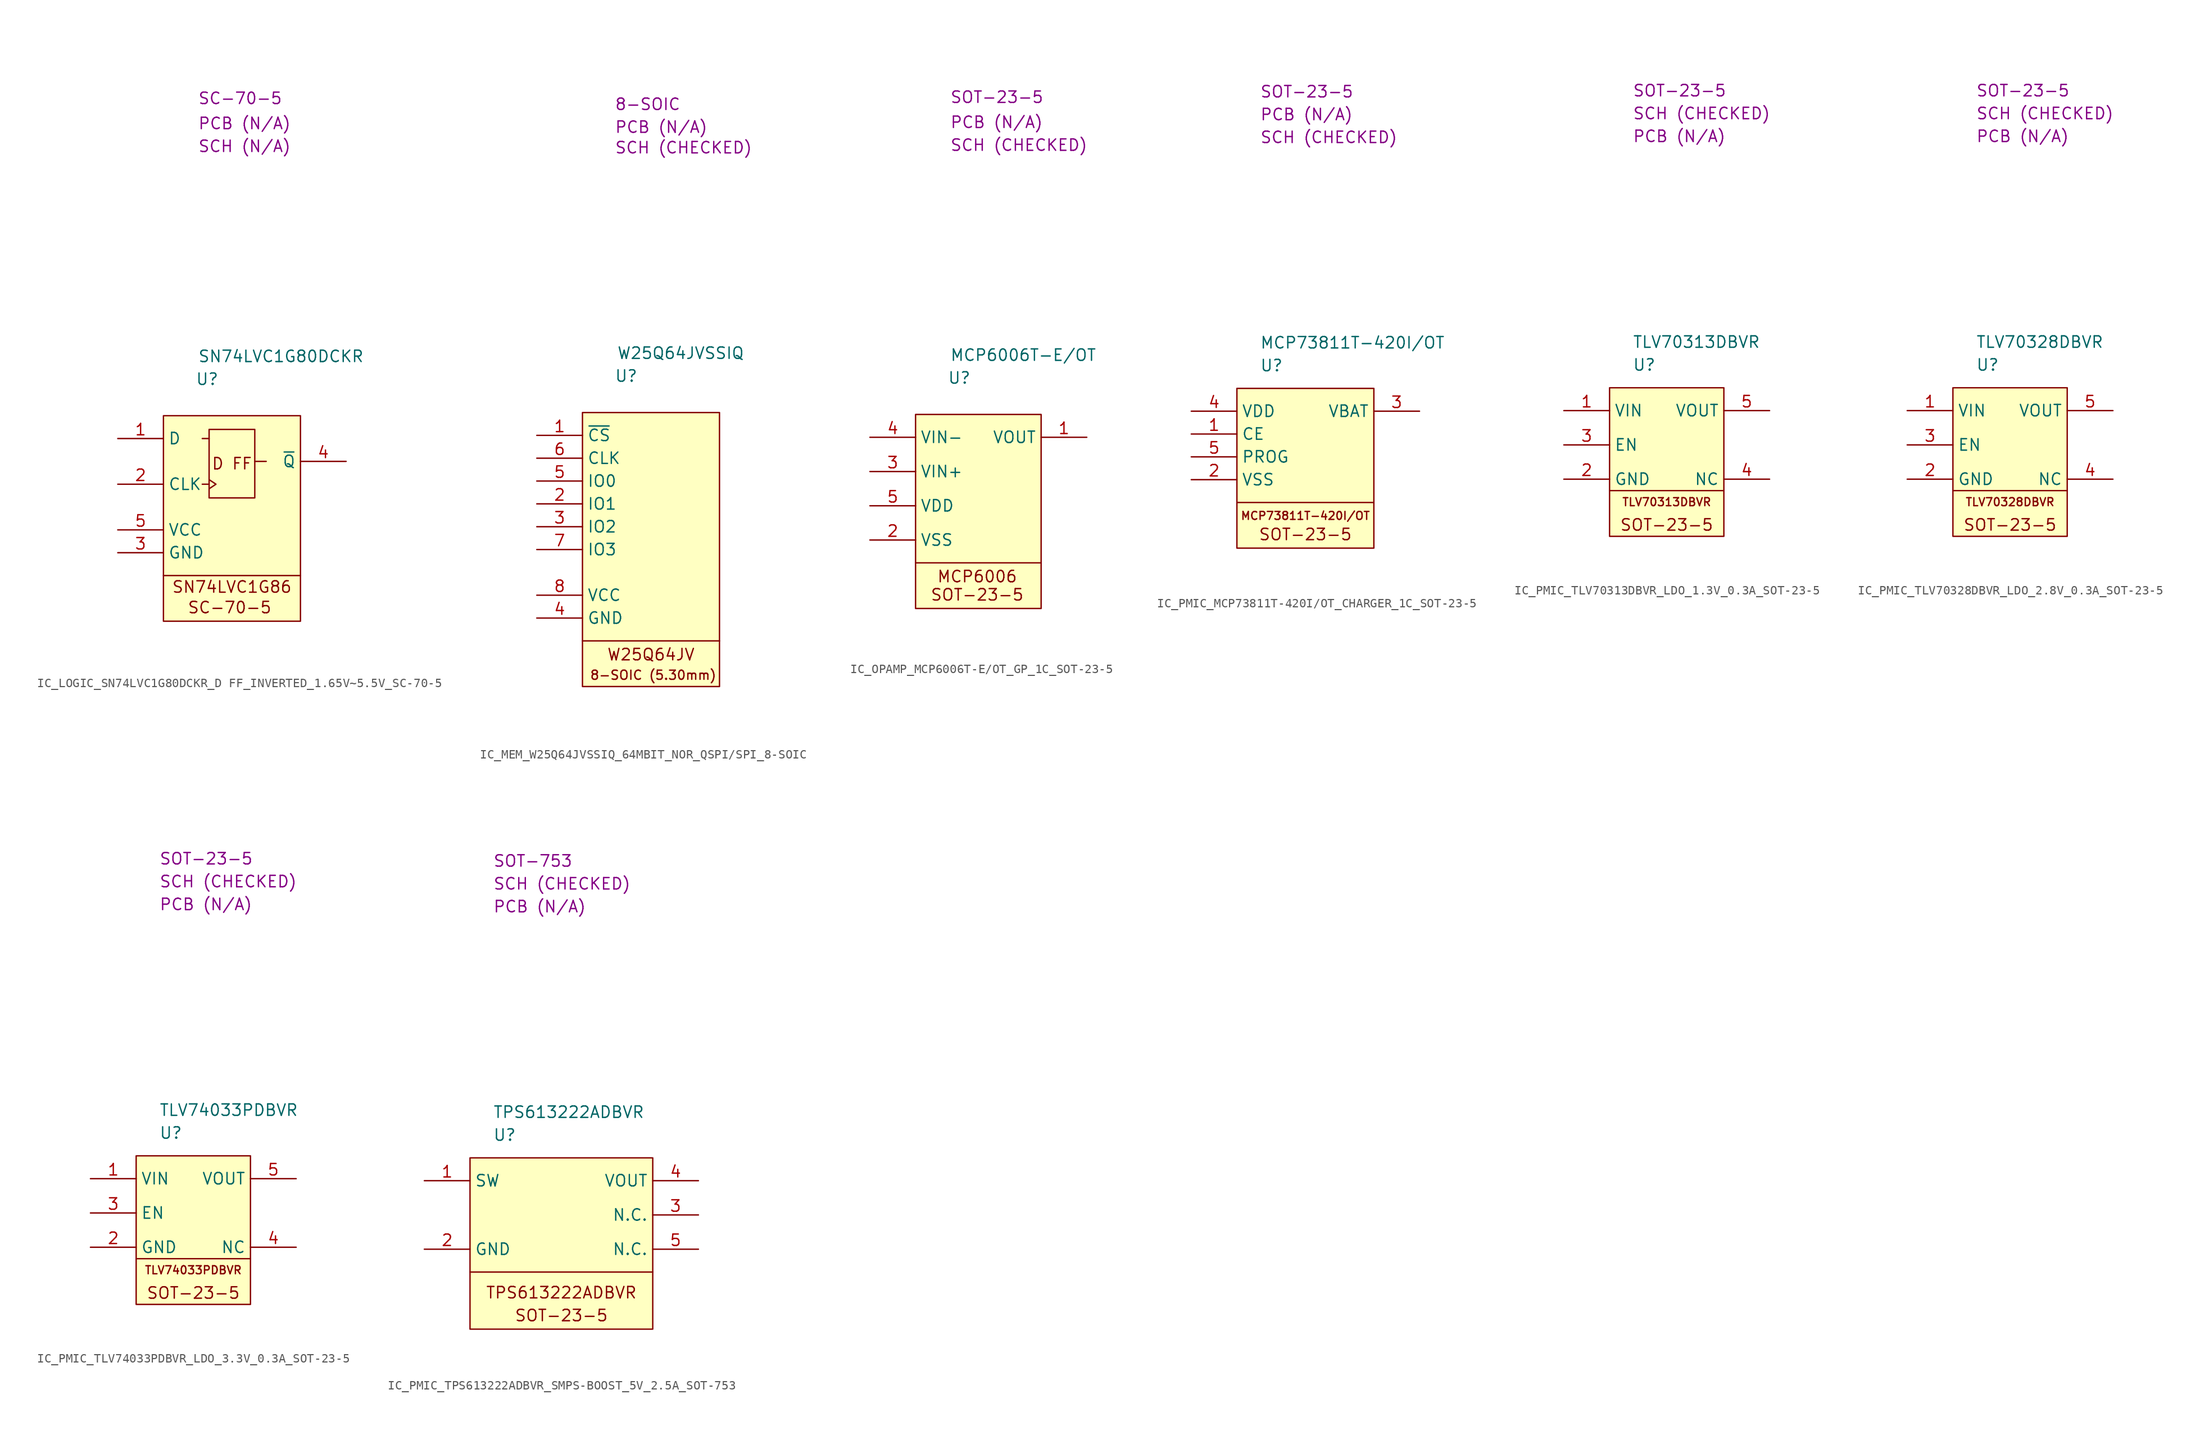
<source format=kicad_sym>
(kicad_symbol_lib
  (version 20231120)
  (generator "kicad_symbol_editor")
  (generator_version "8.0")
  (symbol "IC_LOGIC_SN74LVC1G80DCKR_D FF_INVERTED_1.65V~5.5V_SC-70-5"
    (property "Reference" "U"
      (at 3.556 4.064 0)
      (effects (font (size 1.27 1.27)) (justify left)))
    (property "Value" "SN74LVC1G80DCKR"
      (at 3.81 6.604 0)
      (effects (font (size 1.27 1.27)) (justify left)))
    (property "Package" "SC-70-5"
      (at 3.81 35.306 0)
      (effects (font (size 1.27 1.27)) (justify left)))
    (property "SCH CHECK" "SCH (N/A)"
      (at 3.81 29.972 0)
      (effects (font (size 1.27 1.27)) (justify left)))
    (property "PCB CHECK" "PCB (N/A)"
      (at 3.81 32.512 0)
      (effects (font (size 1.27 1.27)) (justify left)))
    (symbol "IC_LOGIC_SN74LVC1G80DCKR_D FF_INVERTED_1.65V~5.5V_SC-70-5_0_1"
      (polyline (pts (xy 5.08 -7.62) (xy 4.318 -7.62)) (stroke (width 0) (type default)) (fill (type none)))
      (polyline (pts (xy 5.08 -2.54) (xy 4.318 -2.54)) (stroke (width 0) (type default)) (fill (type none)))
      (polyline (pts (xy 10.16 -5.08) (xy 11.43 -5.08)) (stroke (width 0) (type default)) (fill (type none)))
      (rectangle (start 5.08 -1.524) (end 10.16 -9.144) (stroke (width 0) (type default)) (fill (type none))))
    (symbol "IC_LOGIC_SN74LVC1G80DCKR_D FF_INVERTED_1.65V~5.5V_SC-70-5_1_1"
      (polyline (pts (xy 0 -17.78) (xy 15.24 -17.78)) (stroke (width 0) (type default)) (fill (type none)))
      (polyline (pts (xy 5.08 -8.128) (xy 5.842 -7.62) (xy 5.08 -7.112)) (stroke (width 0) (type default)) (fill (type none)))
      (rectangle (start 0 0) (end 15.24 -22.86) (stroke (width 0) (type default)) (fill (type background)))
      (text "D FF" (at 7.62 -5.334 0) (effects (font (size 1.27 1.27))))
      (text "SC-70-5" (at 7.366 -21.336 0) (effects (font (size 1.27 1.27))))
      (text "SN74LVC1G86" (at 7.62 -19.05 0) (effects (font (size 1.27 1.27))))
      (pin passive line (at -5.08 -2.54 0) (length 5.08) (name "D" (effects (font (size 1.27 1.27)))) (number "1" (effects (font (size 1.27 1.27)))))
      (pin passive line (at -5.08 -7.62 0) (length 5.08) (name "CLK" (effects (font (size 1.27 1.27)))) (number "2" (effects (font (size 1.27 1.27)))))
      (pin passive line (at -5.08 -15.24 0) (length 5.08) (name "GND" (effects (font (size 1.27 1.27)))) (number "3" (effects (font (size 1.27 1.27)))))
      (pin passive line (at 20.32 -5.08 180) (length 5.08) (name "~{Q}" (effects (font (size 1.27 1.27)))) (number "4" (effects (font (size 1.27 1.27)))))
      (pin passive line (at -5.08 -12.7 0) (length 5.08) (name "VCC" (effects (font (size 1.27 1.27)))) (number "5" (effects (font (size 1.27 1.27)))))))
  (symbol "IC_MEM_W25Q64JVSSIQ_64MBIT_NOR_QSPI/SPI_8-SOIC"
    (property "Reference" "U"
      (at 3.556 4.064 0)
      (effects (font (size 1.27 1.27)) (justify left)))
    (property "Value" "W25Q64JVSSIQ"
      (at 3.81 6.604 0)
      (effects (font (size 1.27 1.27)) (justify left)))
    (property "Package" "8-SOIC"
      (at 3.556 34.29 0)
      (effects (font (size 1.27 1.27)) (justify left)))
    (property "SCH CHECK" "SCH (CHECKED)"
      (at 3.556 29.464 0)
      (effects (font (size 1.27 1.27)) (justify left)))
    (property "PCB CHECK" "PCB (N/A)"
      (at 3.556 31.75 0)
      (effects (font (size 1.27 1.27)) (justify left)))
    (symbol "IC_MEM_W25Q64JVSSIQ_64MBIT_NOR_QSPI/SPI_8-SOIC_1_1"
      (polyline (pts (xy 0 -25.4) (xy 15.24 -25.4)) (stroke (width 0) (type default)) (fill (type none)))
      (rectangle (start 0 0) (end 15.24 -30.48) (stroke (width 0) (type default)) (fill (type background)))
      (text "8-SOIC (5.30mm)" (at 7.874 -29.21 0) (effects (font (size 1.016 1.016))))
      (text "W25Q64JV" (at 7.62 -26.924 0) (effects (font (size 1.27 1.27))))
      (pin passive line (at -5.08 -2.54 0) (length 5.08) (name "~{CS}" (effects (font (size 1.27 1.27)))) (number "1" (effects (font (size 1.27 1.27)))))
      (pin passive line (at -5.08 -10.16 0) (length 5.08) (name "IO1" (effects (font (size 1.27 1.27)))) (number "2" (effects (font (size 1.27 1.27)))))
      (pin passive line (at -5.08 -12.7 0) (length 5.08) (name "IO2" (effects (font (size 1.27 1.27)))) (number "3" (effects (font (size 1.27 1.27)))))
      (pin passive line (at -5.08 -22.86 0) (length 5.08) (name "GND" (effects (font (size 1.27 1.27)))) (number "4" (effects (font (size 1.27 1.27)))))
      (pin passive line (at -5.08 -7.62 0) (length 5.08) (name "IO0" (effects (font (size 1.27 1.27)))) (number "5" (effects (font (size 1.27 1.27)))))
      (pin passive line (at -5.08 -5.08 0) (length 5.08) (name "CLK" (effects (font (size 1.27 1.27)))) (number "6" (effects (font (size 1.27 1.27)))))
      (pin passive line (at -5.08 -15.24 0) (length 5.08) (name "IO3" (effects (font (size 1.27 1.27)))) (number "7" (effects (font (size 1.27 1.27)))))
      (pin passive line (at -5.08 -20.32 0) (length 5.08) (name "VCC" (effects (font (size 1.27 1.27)))) (number "8" (effects (font (size 1.27 1.27)))))))
  (symbol "IC_OPAMP_MCP6006T-E/OT_GP_1C_SOT-23-5"
    (property "Reference" "U"
      (at 3.556 4.064 0)
      (effects (font (size 1.27 1.27)) (justify left)))
    (property "Value" "MCP6006T-E/OT"
      (at 3.81 6.604 0)
      (effects (font (size 1.27 1.27)) (justify left)))
    (property "Package" "SOT-23-5"
      (at 3.81 35.306 0)
      (effects (font (size 1.27 1.27)) (justify left)))
    (property "SCH CHECK" "SCH (CHECKED)"
      (at 3.81 29.972 0)
      (effects (font (size 1.27 1.27)) (justify left)))
    (property "PCB CHECK" "PCB (N/A)"
      (at 3.81 32.512 0)
      (effects (font (size 1.27 1.27)) (justify left)))
    (symbol "IC_OPAMP_MCP6006T-E/OT_GP_1C_SOT-23-5_1_1"
      (polyline (pts (xy 0 -16.51) (xy 13.97 -16.51)) (stroke (width 0) (type default)) (fill (type none)))
      (rectangle (start 0 0) (end 13.97 -21.59) (stroke (width 0) (type default)) (fill (type background)))
      (text "MCP6006" (at 6.858 -18.034 0) (effects (font (size 1.27 1.27))))
      (text "SOT-23-5" (at 6.858 -20.066 0) (effects (font (size 1.27 1.27))))
      (pin passive line (at 19.05 -2.54 180) (length 5.08) (name "VOUT" (effects (font (size 1.27 1.27)))) (number "1" (effects (font (size 1.27 1.27)))))
      (pin passive line (at -5.08 -13.97 0) (length 5.08) (name "VSS" (effects (font (size 1.27 1.27)))) (number "2" (effects (font (size 1.27 1.27)))))
      (pin passive line (at -5.08 -6.35 0) (length 5.08) (name "VIN+" (effects (font (size 1.27 1.27)))) (number "3" (effects (font (size 1.27 1.27)))))
      (pin passive line (at -5.08 -2.54 0) (length 5.08) (name "VIN-" (effects (font (size 1.27 1.27)))) (number "4" (effects (font (size 1.27 1.27)))))
      (pin passive line (at -5.08 -10.16 0) (length 5.08) (name "VDD" (effects (font (size 1.27 1.27)))) (number "5" (effects (font (size 1.27 1.27)))))))
  (symbol "IC_PMIC_MCP73811T-420I/OT_CHARGER_1C_SOT-23-5"
    (property "Reference" "U"
      (at 2.54 2.54 0)
      (effects (font (size 1.27 1.27)) (justify left)))
    (property "Value" "MCP73811T-420I/OT"
      (at 2.54 5.08 0)
      (effects (font (size 1.27 1.27)) (justify left)))
    (property "Package" "SOT-23-5"
      (at 2.54 33.02 0)
      (effects (font (size 1.27 1.27)) (justify left)))
    (property "SCH CHECK" "SCH (CHECKED)"
      (at 2.54 27.94 0)
      (effects (font (size 1.27 1.27)) (justify left)))
    (property "PCB CHECk" "PCB (N/A)"
      (at 2.54 30.48 0)
      (effects (font (size 1.27 1.27)) (justify left)))
    (symbol "IC_PMIC_MCP73811T-420I/OT_CHARGER_1C_SOT-23-5_0_0"
      (text "SOT-23-5" (at 7.62 -16.256 0) (effects (font (size 1.27 1.27)))))
    (symbol "IC_PMIC_MCP73811T-420I/OT_CHARGER_1C_SOT-23-5_0_1"
      (polyline (pts (xy 0 -12.7) (xy 15.24 -12.7)) (stroke (width 0) (type default)) (fill (type none)))
      (rectangle (start 0 0) (end 15.24 -17.78) (stroke (width 0) (type default)) (fill (type background))))
    (symbol "IC_PMIC_MCP73811T-420I/OT_CHARGER_1C_SOT-23-5_1_0"
      (text "	\nMCP73811T-420I/OT" (at 7.62 -13.462 0) (effects (font (size 0.889 0.889)))))
    (symbol "IC_PMIC_MCP73811T-420I/OT_CHARGER_1C_SOT-23-5_1_1"
      (pin passive line (at -5.08 -5.08 0) (length 5.08) (name "CE" (effects (font (size 1.27 1.27)))) (number "1" (effects (font (size 1.27 1.27)))))
      (pin passive line (at -5.08 -10.16 0) (length 5.08) (name "VSS" (effects (font (size 1.27 1.27)))) (number "2" (effects (font (size 1.27 1.27)))))
      (pin passive line (at 20.32 -2.54 180) (length 5.08) (name "VBAT" (effects (font (size 1.27 1.27)))) (number "3" (effects (font (size 1.27 1.27)))))
      (pin passive line (at -5.08 -2.54 0) (length 5.08) (name "VDD" (effects (font (size 1.27 1.27)))) (number "4" (effects (font (size 1.27 1.27)))))
      (pin passive line (at -5.08 -7.62 0) (length 5.08) (name "PROG" (effects (font (size 1.27 1.27)))) (number "5" (effects (font (size 1.27 1.27)))))))
  (symbol "IC_PMIC_TLV70313DBVR_LDO_1.3V_0.3A_SOT-23-5"
    (property "Reference" "U"
      (at 2.54 2.54 0)
      (effects (font (size 1.27 1.27)) (justify left)))
    (property "Value" "TLV70313DBVR"
      (at 2.54 5.08 0)
      (effects (font (size 1.27 1.27)) (justify left)))
    (property "Package" "SOT-23-5"
      (at 2.54 33.02 0)
      (effects (font (size 1.27 1.27)) (justify left)))
    (property "SCH CHECK" "SCH (CHECKED)"
      (at 2.54 30.48 0)
      (effects (font (size 1.27 1.27)) (justify left)))
    (property "PCB CHECk" "PCB (N/A)"
      (at 2.54 27.94 0)
      (effects (font (size 1.27 1.27)) (justify left)))
    (symbol "IC_PMIC_TLV70313DBVR_LDO_1.3V_0.3A_SOT-23-5_0_0"
      (polyline (pts (xy 0 -11.43) (xy 12.7 -11.43)) (stroke (width 0) (type default)) (fill (type none)))
      (rectangle (start 0 0) (end 12.7 -16.51) (stroke (width 0) (type default)) (fill (type background)))
      (text "SOT-23-5" (at 6.35 -15.24 0) (effects (font (size 1.27 1.27)))))
    (symbol "IC_PMIC_TLV70313DBVR_LDO_1.3V_0.3A_SOT-23-5_1_0"
      (text "TLV70313DBVR" (at 6.35 -12.7 0) (effects (font (size 0.889 0.889)))))
    (symbol "IC_PMIC_TLV70313DBVR_LDO_1.3V_0.3A_SOT-23-5_1_1"
      (pin passive line (at -5.08 -2.54 0) (length 5.08) (name "VIN" (effects (font (size 1.27 1.27)))) (number "1" (effects (font (size 1.27 1.27)))))
      (pin passive line (at -5.08 -10.16 0) (length 5.08) (name "GND" (effects (font (size 1.27 1.27)))) (number "2" (effects (font (size 1.27 1.27)))))
      (pin passive line (at -5.08 -6.35 0) (length 5.08) (name "EN" (effects (font (size 1.27 1.27)))) (number "3" (effects (font (size 1.27 1.27)))))
      (pin passive line (at 17.78 -10.16 180) (length 5.08) (name "NC" (effects (font (size 1.27 1.27)))) (number "4" (effects (font (size 1.27 1.27)))))
      (pin passive line (at 17.78 -2.54 180) (length 5.08) (name "VOUT" (effects (font (size 1.27 1.27)))) (number "5" (effects (font (size 1.27 1.27)))))))
  (symbol "IC_PMIC_TLV70328DBVR_LDO_2.8V_0.3A_SOT-23-5"
    (property "Reference" "U"
      (at 2.54 2.54 0)
      (effects (font (size 1.27 1.27)) (justify left)))
    (property "Value" "TLV70328DBVR"
      (at 2.54 5.08 0)
      (effects (font (size 1.27 1.27)) (justify left)))
    (property "Package" "SOT-23-5"
      (at 2.54 33.02 0)
      (effects (font (size 1.27 1.27)) (justify left)))
    (property "SCH CHECK" "SCH (CHECKED)"
      (at 2.54 30.48 0)
      (effects (font (size 1.27 1.27)) (justify left)))
    (property "PCB CHECk" "PCB (N/A)"
      (at 2.54 27.94 0)
      (effects (font (size 1.27 1.27)) (justify left)))
    (symbol "IC_PMIC_TLV70328DBVR_LDO_2.8V_0.3A_SOT-23-5_0_0"
      (polyline (pts (xy 0 -11.43) (xy 12.7 -11.43)) (stroke (width 0) (type default)) (fill (type none)))
      (rectangle (start 0 0) (end 12.7 -16.51) (stroke (width 0) (type default)) (fill (type background)))
      (text "SOT-23-5" (at 6.35 -15.24 0) (effects (font (size 1.27 1.27)))))
    (symbol "IC_PMIC_TLV70328DBVR_LDO_2.8V_0.3A_SOT-23-5_1_0"
      (text "TLV70328DBVR" (at 6.35 -12.7 0) (effects (font (size 0.889 0.889)))))
    (symbol "IC_PMIC_TLV70328DBVR_LDO_2.8V_0.3A_SOT-23-5_1_1"
      (pin passive line (at -5.08 -2.54 0) (length 5.08) (name "VIN" (effects (font (size 1.27 1.27)))) (number "1" (effects (font (size 1.27 1.27)))))
      (pin passive line (at -5.08 -10.16 0) (length 5.08) (name "GND" (effects (font (size 1.27 1.27)))) (number "2" (effects (font (size 1.27 1.27)))))
      (pin passive line (at -5.08 -6.35 0) (length 5.08) (name "EN" (effects (font (size 1.27 1.27)))) (number "3" (effects (font (size 1.27 1.27)))))
      (pin passive line (at 17.78 -10.16 180) (length 5.08) (name "NC" (effects (font (size 1.27 1.27)))) (number "4" (effects (font (size 1.27 1.27)))))
      (pin passive line (at 17.78 -2.54 180) (length 5.08) (name "VOUT" (effects (font (size 1.27 1.27)))) (number "5" (effects (font (size 1.27 1.27)))))))
  (symbol "IC_PMIC_TLV74033PDBVR_LDO_3.3V_0.3A_SOT-23-5"
    (property "Reference" "U"
      (at 2.54 2.54 0)
      (effects (font (size 1.27 1.27)) (justify left)))
    (property "Value" "TLV74033PDBVR"
      (at 2.54 5.08 0)
      (effects (font (size 1.27 1.27)) (justify left)))
    (property "Package" "SOT-23-5"
      (at 2.54 33.02 0)
      (effects (font (size 1.27 1.27)) (justify left)))
    (property "SCH CHECK" "SCH (CHECKED)"
      (at 2.54 30.48 0)
      (effects (font (size 1.27 1.27)) (justify left)))
    (property "PCB CHECk" "PCB (N/A)"
      (at 2.54 27.94 0)
      (effects (font (size 1.27 1.27)) (justify left)))
    (symbol "IC_PMIC_TLV74033PDBVR_LDO_3.3V_0.3A_SOT-23-5_0_0"
      (polyline (pts (xy 0 -11.43) (xy 12.7 -11.43)) (stroke (width 0) (type default)) (fill (type none)))
      (rectangle (start 0 0) (end 12.7 -16.51) (stroke (width 0) (type default)) (fill (type background)))
      (text "SOT-23-5" (at 6.35 -15.24 0) (effects (font (size 1.27 1.27))))
      (text "TLV74033PDBVR" (at 6.35 -12.7 0) (effects (font (size 0.889 0.889)))))
    (symbol "IC_PMIC_TLV74033PDBVR_LDO_3.3V_0.3A_SOT-23-5_1_1"
      (pin passive line (at -5.08 -2.54 0) (length 5.08) (name "VIN" (effects (font (size 1.27 1.27)))) (number "1" (effects (font (size 1.27 1.27)))))
      (pin passive line (at -5.08 -10.16 0) (length 5.08) (name "GND" (effects (font (size 1.27 1.27)))) (number "2" (effects (font (size 1.27 1.27)))))
      (pin passive line (at -5.08 -6.35 0) (length 5.08) (name "EN" (effects (font (size 1.27 1.27)))) (number "3" (effects (font (size 1.27 1.27)))))
      (pin passive line (at 17.78 -10.16 180) (length 5.08) (name "NC" (effects (font (size 1.27 1.27)))) (number "4" (effects (font (size 1.27 1.27)))))
      (pin passive line (at 17.78 -2.54 180) (length 5.08) (name "VOUT" (effects (font (size 1.27 1.27)))) (number "5" (effects (font (size 1.27 1.27)))))))
  (symbol "IC_PMIC_TPS613222ADBVR_SMPS-BOOST_5V_2.5A_SOT-753"
    (property "Reference" "U"
      (at 2.54 2.54 0)
      (effects (font (size 1.27 1.27)) (justify left)))
    (property "Value" "TPS613222ADBVR"
      (at 2.54 5.08 0)
      (effects (font (size 1.27 1.27)) (justify left)))
    (property "Package" "SOT-753"
      (at 2.54 33.02 0)
      (effects (font (size 1.27 1.27)) (justify left)))
    (property "SCH CHECK" "SCH (CHECKED)"
      (at 2.54 30.48 0)
      (effects (font (size 1.27 1.27)) (justify left)))
    (property "PCB CHECk" "PCB (N/A)"
      (at 2.54 27.94 0)
      (effects (font (size 1.27 1.27)) (justify left)))
    (symbol "IC_PMIC_TPS613222ADBVR_SMPS-BOOST_5V_2.5A_SOT-753_0_0"
      (polyline (pts (xy 0 -12.7) (xy 20.32 -12.7)) (stroke (width 0) (type default)) (fill (type none)))
      (rectangle (start 0 0) (end 20.32 -19.05) (stroke (width 0) (type default)) (fill (type background)))
      (text "	\nSOT-23-5" (at 10.16 -16.51 0) (effects (font (size 1.27 1.27))))
      (text "	\nTPS613222ADBVR" (at 10.16 -13.97 0) (effects (font (size 1.27 1.27)))))
    (symbol "IC_PMIC_TPS613222ADBVR_SMPS-BOOST_5V_2.5A_SOT-753_1_1"
      (pin passive line (at -5.08 -2.54 0) (length 5.08) (name "SW" (effects (font (size 1.27 1.27)))) (number "1" (effects (font (size 1.27 1.27)))))
      (pin passive line (at -5.08 -10.16 0) (length 5.08) (name "GND" (effects (font (size 1.27 1.27)))) (number "2" (effects (font (size 1.27 1.27)))))
      (pin passive line (at 25.4 -6.35 180) (length 5.08) (name "N.C." (effects (font (size 1.27 1.27)))) (number "3" (effects (font (size 1.27 1.27)))))
      (pin passive line (at 25.4 -2.54 180) (length 5.08) (name "VOUT" (effects (font (size 1.27 1.27)))) (number "4" (effects (font (size 1.27 1.27)))))
      (pin passive line (at 25.4 -10.16 180) (length 5.08) (name "N.C." (effects (font (size 1.27 1.27)))) (number "5" (effects (font (size 1.27 1.27))))))))
</source>
